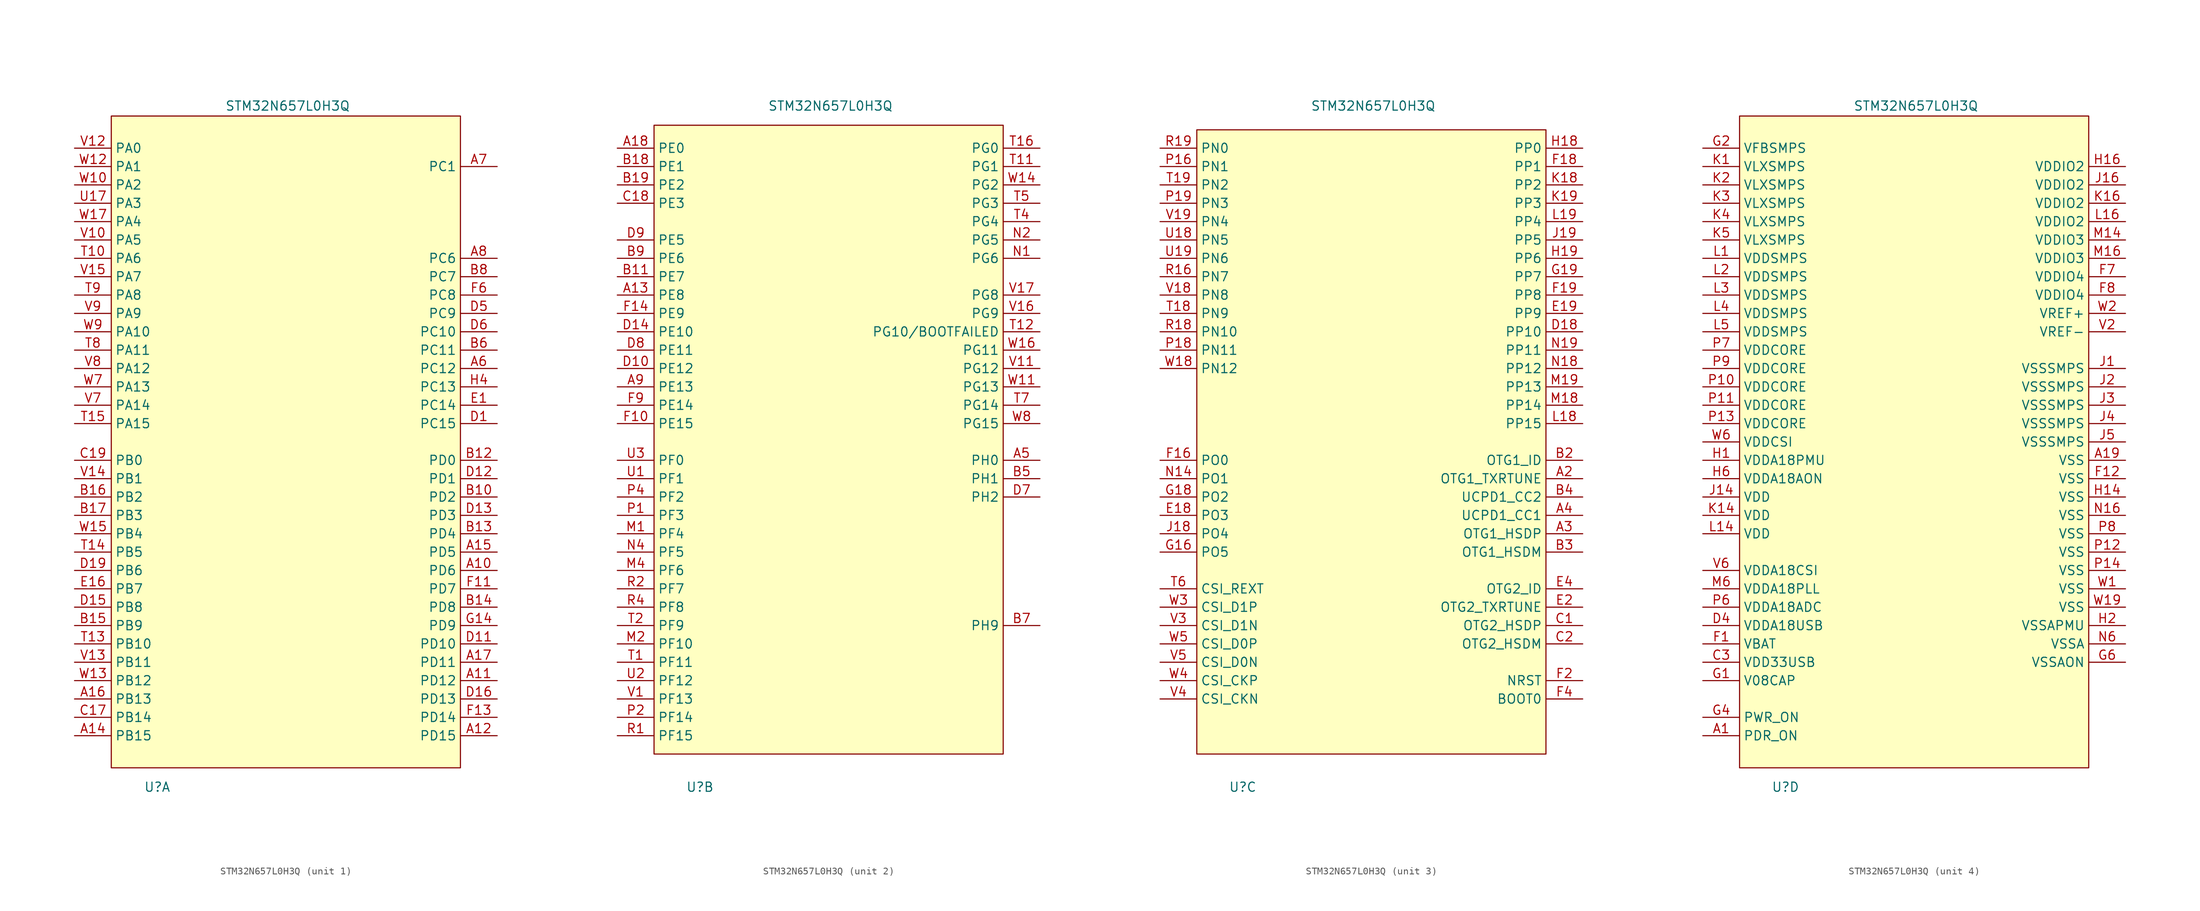
<source format=kicad_sym>
(kicad_symbol_lib
  (version 20241209)
  (generator "kicad_symbol_editor")
  (generator_version "9.0")
  (symbol "STM32N657L0H3Q"
    (property "Reference" "U"
      (at -17.78 -47.752 0)
      (effects (font (size 1.27 1.27))))
    (property "Value" "STM32N657L0H3Q"
      (at 0.254 46.482 0)
      (effects (font (size 1.27 1.27))))
    (property "ki_locked" ""
      (at 0 0 0)
      (effects (font (size 1.27 1.27))))
    (symbol "STM32N657L0H3Q_1_0"
      (pin tri_state line (at -29.21 40.64 0) (length 5.08) (name "PA0" (effects (font (size 1.27 1.27)))) (number "V12" (effects (font (size 1.27 1.27)))) (alternate "ADC1_INN1" input line) (alternate "ADC1_INP0" input line) (alternate "ADC2_INN1" input line) (alternate "ADC2_INP0" input line) (alternate "FMC_AD7" output line) (alternate "FMC_D7" bidirectional line) (alternate "HDP0" output line) (alternate "I2S6_WS" output line) (alternate "LCD_G3" output line) (alternate "SAI2_SD_B" input line) (alternate "SDMMC2_CMD" output line) (alternate "SPI6_NSS" output line) (alternate "TIM15_BKIN" input line) (alternate "TIM2_CH1" output line) (alternate "TIM5_CH1" output line) (alternate "TIM9_CH1" output line) (alternate "UART4_TX" output line) (alternate "USART2_CTS" input line) (alternate "USART2_NSS" output line) (alternate "WKUP1" input line))
      (pin tri_state line (at -29.21 38.1 0) (length 5.08) (name "PA1" (effects (font (size 1.27 1.27)))) (number "W12" (effects (font (size 1.27 1.27)))) (alternate "ADC1_INP1" input line) (alternate "ADC2_INP1" tri_state line) (alternate "DCMIPP_D0/DCMI_D0/PSSI_D0" input line) (alternate "FMC_AD6" bidirectional line) (alternate "FMC_D6" bidirectional line) (alternate "HDP1" output line) (alternate "LCD_G2" output line) (alternate "LPTIM3_IN1" input line) (alternate "SAI2_MCLK_B" output line) (alternate "TIM15_CH1N" output line) (alternate "TIM2_CH2" output line) (alternate "TIM5_CH2" output line) (alternate "UART4_RX" input line) (alternate "USART2_RTS" output line))
      (pin tri_state line (at -29.21 35.56 0) (length 5.08) (name "PA2" (effects (font (size 1.27 1.27)))) (number "W10" (effects (font (size 1.27 1.27)))) (alternate "ADC1_INP14" input line) (alternate "ADC2_INP14" input line) (alternate "FMC_AD5" output line) (alternate "FMC_D5" bidirectional line) (alternate "HDP2" output line) (alternate "LCD_B7" output line) (alternate "LPTIM3_IN2" input line) (alternate "MDIOS_MDIO" bidirectional line) (alternate "SAI2_SCK_B" output line) (alternate "TIM15_CH1" output line) (alternate "TIM2_CH3" output line) (alternate "TIM5_CH3" output line) (alternate "USART2_TX" output line) (alternate "WKUP2" input line))
      (pin tri_state line (at -29.21 33.02 0) (length 5.08) (name "PA3" (effects (font (size 1.27 1.27)))) (number "U17" (effects (font (size 1.27 1.27)))) (alternate "EVENTOUT" output line) (alternate "FMC_A17/FMC_ALE" output line) (alternate "SAI1_SD_B" bidirectional line) (alternate "SPI5_NSS" output line) (alternate "TIM16_CH1" output line) (alternate "UART7_RX" input line))
      (pin tri_state line (at -29.21 30.48 0) (length 5.08) (name "PA4" (effects (font (size 1.27 1.27)))) (number "W17" (effects (font (size 1.27 1.27)))) (alternate "DCMIPP_D3/DCMI_D3/PSSI_D3" input line) (alternate "EVENTOUT" output line) (alternate "FMC_A13" output line) (alternate "SPI5_MOSI" output line) (alternate "USART6_RX" input line))
      (pin tri_state line (at -29.21 27.94 0) (length 5.08) (name "PA5" (effects (font (size 1.27 1.27)))) (number "V10" (effects (font (size 1.27 1.27)))) (alternate "ADC2_INP18" input line) (alternate "DCMIPP_D8/DCMI_D8/PSSI_D8" input line) (alternate "FMC_NOE" output line) (alternate "HDP5" output line) (alternate "I3C1_SCL" output line) (alternate "LCD_CLK" output line) (alternate "PWR_CSTOP" output line) (alternate "SPI1_SCK/I2S1_CK" output line) (alternate "SPI6_SCK/I2S6_CK" output line) (alternate "TIM10_CH1" output line) (alternate "TIM2_CH1" output line) (alternate "TIM2_ETR" output line) (alternate "TIM9_CH2" output line))
      (pin tri_state line (at -29.21 25.4 0) (length 5.08) (name "PA6" (effects (font (size 1.27 1.27)))) (number "T10" (effects (font (size 1.27 1.27)))) (alternate "ADC1_INP3" input line) (alternate "ADC2_INP3" input line) (alternate "DCMIPP_PIXCLK/DCMI_PIXCLK/PSSI_PDCK" output line) (alternate "HDP6" output line) (alternate "I2S1_SDI" input line) (alternate "I2S6_SDI" input line) (alternate "I3C1_SDA" input line) (alternate "LCD_B7" output line) (alternate "LCD_HSYNC" output line) (alternate "LPTIM3_ETR" output line) (alternate "MDIOS_MDC" output line) (alternate "SPI1_MISO" input line) (alternate "SPI6_MISO" input line) (alternate "TIM13_CH1" output line) (alternate "TIM1_BKIN" input line) (alternate "TIM3_CH1" output line))
      (pin tri_state line (at -29.21 22.86 0) (length 5.08) (name "PA7" (effects (font (size 1.27 1.27)))) (number "V15" (effects (font (size 1.27 1.27)))) (alternate "FMC_RNB" output line) (alternate "HDP7" output line) (alternate "I2S1_SDO" output line) (alternate "I2S6_SDO" output line) (alternate "LCD_B1" output line) (alternate "LCD_R4" output line) (alternate "SPI1_MOSI" output line) (alternate "SPI6_MOSI" output line) (alternate "TIM14_CH1" output line) (alternate "TIM1_CH1N" output line) (alternate "TIM3_CH2" output line) (alternate "USART1_RX" input line))
      (pin tri_state line (at -29.21 20.32 0) (length 5.08) (name "PA8" (effects (font (size 1.27 1.27)))) (number "T9" (effects (font (size 1.27 1.27)))) (alternate "ADC1_INP5" input line) (alternate "ADC2_INP5" input line) (alternate "FMC_AD4" output line) (alternate "FMC_D4" bidirectional line) (alternate "HDP0" output line) (alternate "I2C3_SCL" output clock) (alternate "I3C2_SCL" output clock) (alternate "LCD_B6" output line) (alternate "MCO1" output line) (alternate "TIM11_CH1" output line) (alternate "TIM1_CH1" output line) (alternate "UART7_RX" input line) (alternate "USART1_CK" output clock))
      (pin tri_state line (at -29.21 17.78 0) (length 5.08) (name "PA9" (effects (font (size 1.27 1.27)))) (number "V9" (effects (font (size 1.27 1.27)))) (alternate "ADC1_INP10" input line) (alternate "ADC2_INP10" input line) (alternate "DCMIPP_D0/DCMI_D0/PSSI_D0" input line) (alternate "FMC_AD3" output line) (alternate "FMC_D3" bidirectional line) (alternate "HDP1" output line) (alternate "I2C3_SDA" bidirectional line) (alternate "I3C2_SDA" bidirectional line) (alternate "LCD_B5" output line) (alternate "LPUART1_TX" output line) (alternate "SPI2_SCK/I2S2_CK" output clock) (alternate "TIM1_CH2" output line) (alternate "USART1_TX" output line))
      (pin tri_state line (at -29.21 15.24 0) (length 5.08) (name "PA10" (effects (font (size 1.27 1.27)))) (number "W9" (effects (font (size 1.27 1.27)))) (alternate "ADC1_INN10" input line) (alternate "ADC1_INP11" input line) (alternate "ADC2_INN10" input line) (alternate "ADC2_INP11" input line) (alternate "DCMIPP_D1/DCMI_D1/PSSI_D1" input line) (alternate "FMC_AD2/FMC_D2" tri_state line) (alternate "HDP2" output line) (alternate "LCD_B4" output line) (alternate "LPUART1_RX" input line) (alternate "MDIOS_MDIO" bidirectional line) (alternate "PWR_CSLEEP" output line) (alternate "TIM1_CH3" output line) (alternate "USART1_RX" input line))
      (pin tri_state line (at -29.21 12.7 0) (length 5.08) (name "PA11" (effects (font (size 1.27 1.27)))) (number "T8" (effects (font (size 1.27 1.27)))) (alternate "ADC1_INN11" input line) (alternate "ADC1_INP12" input line) (alternate "ADC2_INN11" input line) (alternate "ADC2_INP12" input line) (alternate "FDCAN1_RX" input line) (alternate "FMC_AD1/FMC_D1" tri_state line) (alternate "HDP3" output line) (alternate "LCD_B3" output line) (alternate "LPUART1_CTS" output line) (alternate "SPI2_NSS/I2S2_WS" output line) (alternate "TIM1_CH4" output line) (alternate "UART4_RX" input line) (alternate "USART1_CTS/USART1_NSS" output line))
      (pin tri_state line (at -29.21 10.16 0) (length 5.08) (name "PA12" (effects (font (size 1.27 1.27)))) (number "V8" (effects (font (size 1.27 1.27)))) (alternate "ADC1_INN12" input line) (alternate "ADC1_INP13" input line) (alternate "ADC2_INN12" input line) (alternate "ADC2_INP13" input line) (alternate "FDCAN1_TX" output line) (alternate "FMC_AD0/FMC_D0" tri_state line) (alternate "HDP4" output line) (alternate "LCD_B2" output line) (alternate "LPUART1_RTS" output line) (alternate "SAI2_FS_B" output line) (alternate "SPI2_SCK/I2S2_CK" output clock) (alternate "TIM1_ETR" output line) (alternate "UART4_TX" output line) (alternate "USART1_RTS" output line))
      (pin tri_state line (at -29.21 7.62 0) (length 5.08) (name "PA13" (effects (font (size 1.27 1.27)))) (number "W7" (effects (font (size 1.27 1.27)))) (alternate "HDP5" output line) (alternate "JTMS/SWDIO" bidirectional line))
      (pin tri_state line (at -29.21 5.08 0) (length 5.08) (name "PA14" (effects (font (size 1.27 1.27)))) (number "V7" (effects (font (size 1.27 1.27)))) (alternate "HDP6" output line) (alternate "JTCK/SWCLK" output line))
      (pin tri_state line (at -29.21 2.54 0) (length 5.08) (name "PA15" (effects (font (size 1.27 1.27)))) (number "T15" (effects (font (size 1.27 1.27)))) (alternate "FMC_D15/FMC_AD15" bidirectional line) (alternate "HDP7" output line) (alternate "JTDI" input line) (alternate "LCD_R5" output line) (alternate "SPI1_NSS/I2S1_WS" output line) (alternate "SPI3_NSS/I2S3_WS" output line) (alternate "SPI6_NSS/I2S6_WS" output line) (alternate "TIM2_CH1" output line) (alternate "TIM2_ETR" output line) (alternate "UART4_RTS" output line) (alternate "UART7_TX" output line))
      (pin tri_state line (at -29.21 -2.54 0) (length 5.08) (name "PB0" (effects (font (size 1.27 1.27)))) (number "C19" (effects (font (size 1.27 1.27)))) (alternate "ADF1_SDI0" input line) (alternate "DCMIPP_D4/DCMI_D4/PSSI_D4" input line) (alternate "EVENTOUT" output line) (alternate "FMC_D13/FMC_AD13" bidirectional line) (alternate "MDF1_SDI2" input line) (alternate "SAI1_D2" bidirectional line) (alternate "SAI1_FS_A" output line) (alternate "SPI4_NSS" output line) (alternate "TIM15_CH1N" output line) (alternate "TIM1_CH4" output line) (alternate "TRACED1" output line))
      (pin tri_state line (at -29.21 -5.08 0) (length 5.08) (name "PB1" (effects (font (size 1.27 1.27)))) (number "V14" (effects (font (size 1.27 1.27)))) (alternate "FDCAN2_TX" output line) (alternate "FMC_NOE" output line) (alternate "HDP1" output line) (alternate "LCD_R1" output line) (alternate "RNG_S2" output line) (alternate "TIM1_CH3N" output line) (alternate "TIM3_CH4" output line) (alternate "TIM9_CH2" output line) (alternate "USART2_TX" output line))
      (pin tri_state line (at -29.21 -7.62 0) (length 5.08) (name "PB2" (effects (font (size 1.27 1.27)))) (number "B16" (effects (font (size 1.27 1.27)))) (alternate "ADF1_SDI0" input line) (alternate "FMC_D2/FMC_AD2" bidirectional line) (alternate "HDP2" output line) (alternate "LCD_B2" output line) (alternate "MDF1_SDI1" input line) (alternate "RTC_OUT2" output line) (alternate "SAI1_D1" bidirectional line) (alternate "SAI1_SD_A" bidirectional line) (alternate "SPI3_MOSI/I2S3_SDO" output line) (alternate "TIM1_CH1" output line))
      (pin tri_state line (at -29.21 -10.16 0) (length 5.08) (name "PB3" (effects (font (size 1.27 1.27)))) (number "B17" (effects (font (size 1.27 1.27)))) (alternate "FMC_A23" output line) (alternate "FMC_NBL1" output line) (alternate "GFXTIM_FCKCAL" input line) (alternate "GFXTIM_LCKCAL" output line) (alternate "HDP0" output line) (alternate "MDF1_CKI1" output clock) (alternate "SAI2_FS_B" output line) (alternate "TIM1_CH4N" output line) (alternate "TRACECLK" output clock) (alternate "USART1_CK" output clock))
      (pin tri_state line (at -29.21 -12.7 0) (length 5.08) (name "PB4" (effects (font (size 1.27 1.27)))) (number "W15" (effects (font (size 1.27 1.27)))) (alternate "DCMIPP_VSYNC/DCMI_VSYNC/PSSI_RDY" output line) (alternate "FMC_D13/FMC_AD13" bidirectional line) (alternate "HDP4" output line) (alternate "LCD_R3" output line) (alternate "LPTIM4_ETR" output line) (alternate "NJTRST" output line) (alternate "SDMMC2_D3" bidirectional line) (alternate "SPI1_MISO/I2S1_SDI" input line) (alternate "SPI2_NSS/I2S2_WS" output line) (alternate "SPI3_MISO/I2S3_SDI" input line) (alternate "SPI6_MISO/I2S6_SDI" input line) (alternate "TIM16_BKIN" output line) (alternate "TIM3_CH1" output line) (alternate "UART7_TX" output line))
      (pin tri_state line (at -29.21 -15.24 0) (length 5.08) (name "PB5" (effects (font (size 1.27 1.27)))) (number "T14" (effects (font (size 1.27 1.27)))) (alternate "DCMIPP_D10/DCMI_D10/PSSI_D10" bidirectional line) (alternate "FDCAN2_RX" input line) (alternate "FMC_D12/FMC_AD12" bidirectional line) (alternate "HDP5" output line) (alternate "I2C1_SMBA" output line) (alternate "JTDO/TRACESWO" output line) (alternate "LCD_R2" output line) (alternate "LPTIM4_OUT" output line) (alternate "SPI1_MOSI/I2S1_SDO" output line) (alternate "SPI3_MOSI/I2S3_SDO" output line) (alternate "SPI6_MOSI/I2S6_SDO" output line) (alternate "TIM17_BKIN" input line) (alternate "TIM3_CH2" output line) (alternate "UART5_RX" input line))
      (pin tri_state line (at -29.21 -17.78 0) (length 5.08) (name "PB6" (effects (font (size 1.27 1.27)))) (number "D19" (effects (font (size 1.27 1.27)))) (alternate "ADF1_CCK1" output clock) (alternate "DCMIPP_D6/DCMI_D6/PSSI_D6" input line) (alternate "EVENTOUT" output line) (alternate "FMC_D14/FMC_AD14" bidirectional line) (alternate "MDF1_CCK1" output clock) (alternate "SAI1_CK2" output clock) (alternate "SAI1_SCK_A" output clock) (alternate "SPI4_MISO" input line) (alternate "TIM15_CH1" output line) (alternate "TRACED2" output line))
      (pin tri_state line (at -29.21 -20.32 0) (length 5.08) (name "PB7" (effects (font (size 1.27 1.27)))) (number "E16" (effects (font (size 1.27 1.27)))) (alternate "ADF1_SDI0" input line) (alternate "DCMIPP_D7/DCMI_D7/PSSI_D7" input line) (alternate "EVENTOUT" output line) (alternate "FMC_D15/FMC_AD15" bidirectional line) (alternate "MDF1_SDI1" input line) (alternate "SAI1_D1" bidirectional line) (alternate "SAI1_SD_A" bidirectional line) (alternate "SAI2_MCLK_B" output clock) (alternate "SPI4_MOSI" output line) (alternate "TIM15_CH2" output line) (alternate "TIM1_BKIN2" input line) (alternate "TRACED3" output line))
      (pin tri_state line (at -29.21 -22.86 0) (length 5.08) (name "PB8" (effects (font (size 1.27 1.27)))) (number "D15" (effects (font (size 1.27 1.27)))) (alternate "DCMIPP_VSYNC/DCMI_VSYNC/PSSI_RDY" output line) (alternate "EVENTOUT" output line) (alternate "FMC_D1/FMC_AD1" bidirectional line) (alternate "SAI2_FS_B" output line) (alternate "SDMMC2_D0" bidirectional line) (alternate "SPDIFRX1_IN3" input line) (alternate "SPI1_MISO/I2S1_SDI" input line) (alternate "USART6_RX" input line))
      (pin tri_state line (at -29.21 -25.4 0) (length 5.08) (name "PB9" (effects (font (size 1.27 1.27)))) (number "B15" (effects (font (size 1.27 1.27)))) (alternate "DCMIPP_D3/DCMI_D3/PSSI_D3" input line) (alternate "EVENTOUT" output line) (alternate "FMC_D3/FMC_AD3" bidirectional line) (alternate "LPTIM1_IN2" input line) (alternate "SDMMC2_D2" bidirectional line) (alternate "SPDIFRX1_IN0" input line) (alternate "SPI1_SCK/I2S1_CK" output clock) (alternate "USART10_TX" output line))
      (pin tri_state line (at -29.21 -27.94 0) (length 5.08) (name "PB10" (effects (font (size 1.27 1.27)))) (number "T13" (effects (font (size 1.27 1.27)))) (alternate "ADC1_INN4" input line) (alternate "ADC1_INP8" input line) (alternate "ADC2_INN4" input line) (alternate "ADC2_INP8" input line) (alternate "FMC_D11/FMC_AD11" bidirectional line) (alternate "HDP2" output line) (alternate "I2C2_SCL" output clock) (alternate "I3C2_SCL" output clock) (alternate "LCD_G7" output line) (alternate "LPTIM2_IN1" input line) (alternate "SPI2_SCK/I2S2_CK" output clock) (alternate "TIM2_CH3" output line) (alternate "USART3_TX" output line))
      (pin tri_state line (at -29.21 -30.48 0) (length 5.08) (name "PB11" (effects (font (size 1.27 1.27)))) (number "V13" (effects (font (size 1.27 1.27)))) (alternate "ADC1_INP4" input line) (alternate "ADC2_INP4" input line) (alternate "FMC_D10/FMC_AD10" bidirectional line) (alternate "HDP3" output line) (alternate "I2C2_SDA" bidirectional line) (alternate "I3C2_SDA" bidirectional line) (alternate "LCD_G6" output line) (alternate "LPTIM2_ETR" output line) (alternate "TIM2_CH4" output line) (alternate "USART3_RX" input line))
      (pin tri_state line (at -29.21 -33.02 0) (length 5.08) (name "PB12" (effects (font (size 1.27 1.27)))) (number "W13" (effects (font (size 1.27 1.27)))) (alternate "FDCAN2_RX" input line) (alternate "FMC_D9/FMC_AD9" bidirectional line) (alternate "HDP4" output line) (alternate "I2C2_SMBA" bidirectional line) (alternate "LCD_G5" output line) (alternate "LPTIM2_IN2" input line) (alternate "SPI2_NSS/I2S2_WS" output line) (alternate "TIM1_BKIN" input line) (alternate "UART5_RX" input line) (alternate "USART3_CK" output clock))
      (pin tri_state line (at -29.21 -35.56 0) (length 5.08) (name "PB13" (effects (font (size 1.27 1.27)))) (number "A16" (effects (font (size 1.27 1.27)))) (alternate "EVENTOUT" output line) (alternate "FMC_D5/FMC_AD5" bidirectional line) (alternate "LCD_CLK" output clock) (alternate "LPTIM1_CH1" output line) (alternate "SDMMC2_D6" bidirectional line) (alternate "SPI6_SCK/I2S6_CK" output clock) (alternate "TIM8_CH3N" output line) (alternate "TRACED0" output line) (alternate "USART10_CTS/USART10_NSS" output line) (alternate "USART6_CTS/USART6_NSS" output line))
      (pin tri_state line (at -29.21 -38.1 0) (length 5.08) (name "PB14" (effects (font (size 1.27 1.27)))) (number "C17" (effects (font (size 1.27 1.27)))) (alternate "DCMIPP_D10/DCMI_D10/PSSI_D10" input line) (alternate "EVENTOUT" output line) (alternate "FMC_AD7" output line) (alternate "FMC_D7" bidirectional line) (alternate "LCD_HSYNC" output line) (alternate "LPTIM1_CH2" output line) (alternate "TIM8_CH4N" output line) (alternate "USART10_CK" output line) (alternate "USART6_CTS" input line) (alternate "USART6_NSS" output line))
      (pin tri_state line (at -29.21 -40.64 0) (length 5.08) (name "PB15" (effects (font (size 1.27 1.27)))) (number "A14" (effects (font (size 1.27 1.27)))) (alternate "EVENTOUT" output line) (alternate "FMC_D0/FMC_AD0" bidirectional line) (alternate "LCD_G4" output line) (alternate "SPDIFRX1_IN2" input line) (alternate "SPI6_NSS/I2S6_WS" output line) (alternate "USART6_RTS" output line))
      (pin tri_state line (at 29.21 38.1 180) (length 5.08) (name "PC1" (effects (font (size 1.27 1.27)))) (number "A7" (effects (font (size 1.27 1.27)))) (alternate "DCMIPP_D7/DCMI_D7/PSSI_D7" input line) (alternate "FDCAN1_TX" output line) (alternate "HDP1" output line) (alternate "I2C1_SDA" output line) (alternate "I3C1_SDA" bidirectional line) (alternate "SDMMC1_CDIR" output line) (alternate "SDMMC1_D5" bidirectional line) (alternate "SDMMC2_D5" bidirectional line) (alternate "SPI2_NSS/I2S2_WS" output line) (alternate "TIM17_CH1" output line) (alternate "TIM4_CH4" output line) (alternate "UART4_TX" output line))
      (pin tri_state line (at 29.21 25.4 180) (length 5.08) (name "PC6" (effects (font (size 1.27 1.27)))) (number "A8" (effects (font (size 1.27 1.27)))) (alternate "DCMIPP_D1/DCMI_D1/PSSI_D1" input line) (alternate "HDP6" output line) (alternate "I2S2_MCK" output clock) (alternate "SDMMC1_D0DIR" output line) (alternate "SDMMC1_D6" bidirectional line) (alternate "SDMMC2_D6" bidirectional line) (alternate "TIM1_CH1" output line) (alternate "TIM3_CH1" output line) (alternate "TIM9_CH1" output line) (alternate "USART6_TX" output line))
      (pin tri_state line (at 29.21 22.86 180) (length 5.08) (name "PC7" (effects (font (size 1.27 1.27)))) (number "B8" (effects (font (size 1.27 1.27)))) (alternate "DBTRGIO" output line) (alternate "DCMIPP_D1/DCMI_D1/PSSI_D1" input line) (alternate "HDP7" output line) (alternate "I2S3_MCK" output clock) (alternate "SDMMC1_D123DIR" output line) (alternate "SDMMC1_D7" bidirectional line) (alternate "SDMMC2_D7" bidirectional line) (alternate "TIM16_CH1N" output line) (alternate "TIM3_CH2" output line) (alternate "TIM9_CH2" output line) (alternate "USART6_RX" input line))
      (pin tri_state line (at 29.21 20.32 180) (length 5.08) (name "PC8" (effects (font (size 1.27 1.27)))) (number "F6" (effects (font (size 1.27 1.27)))) (alternate "DCMIPP_D2/DCMI_D2/PSSI_D2" input line) (alternate "FMC_NE4" output line) (alternate "HDP0" output line) (alternate "I2C3_SMBA" output line) (alternate "LCD_B0" output line) (alternate "SDMMC1_D0(boot)" bidirectional line) (alternate "TIM3_CH3" output line) (alternate "TRACED1" output line) (alternate "UART5_RTS" output line) (alternate "UCPD1_FRSTX1" output line) (alternate "USART6_CK" output clock))
      (pin tri_state line (at 29.21 17.78 180) (length 5.08) (name "PC9" (effects (font (size 1.27 1.27)))) (number "D5" (effects (font (size 1.27 1.27)))) (alternate "AUDIOCLK" output clock) (alternate "DCMIPP_D3/DCMI_D3/PSSI_D3" input line) (alternate "HDP1" output line) (alternate "I2C3_SDA" bidirectional line) (alternate "LCD_B3" output line) (alternate "MCO2" output line) (alternate "SDMMC1_D1" bidirectional line) (alternate "TIM3_CH4" output line) (alternate "UART5_CTS" input line) (alternate "UCPD1_FRSTX2" output line) (alternate "USART6_RX" input line))
      (pin tri_state line (at 29.21 15.24 180) (length 5.08) (name "PC10" (effects (font (size 1.27 1.27)))) (number "D6" (effects (font (size 1.27 1.27)))) (alternate "DCMIPP_D14/PSSI_D14" input line) (alternate "FMC_CLK" output clock) (alternate "HDP2" output line) (alternate "I2C4_SCL" output clock) (alternate "I2S3_CK" output clock) (alternate "I3C2_SCL" output clock) (alternate "SDMMC1_D2" bidirectional line) (alternate "SPI3_SCK" output clock) (alternate "TIM1_BKIN" input line) (alternate "UART4_TX" output line) (alternate "USART3_TX" output line))
      (pin tri_state line (at 29.21 12.7 180) (length 5.08) (name "PC11" (effects (font (size 1.27 1.27)))) (number "B6" (effects (font (size 1.27 1.27)))) (alternate "DCMIPP_D4/DCMI_D4/PSSI_D4" input line) (alternate "HDP3" output line) (alternate "I2C4_SDA" bidirectional line) (alternate "I2S3_SDI" input line) (alternate "I3C2_SDA" bidirectional line) (alternate "SDMMC1_D3" bidirectional line) (alternate "SPI3_MISO" input line) (alternate "UART4_RX" input line) (alternate "USART3_RX" input line))
      (pin tri_state line (at 29.21 10.16 180) (length 5.08) (name "PC12" (effects (font (size 1.27 1.27)))) (number "A6" (effects (font (size 1.27 1.27)))) (alternate "DCMIPP_D9/DCMI_D9/PSSI_D9" input line) (alternate "FMC_NL" output line) (alternate "HDP4" output line) (alternate "I2S3_SDO" output line) (alternate "I2S6_CK" output clock) (alternate "SDMMC1_CK(boot)" output clock) (alternate "SPI3_MOSI" output line) (alternate "SPI6_SCK" output clock) (alternate "TIM15_CH1" output line) (alternate "TIM1_CH4" output line) (alternate "TRACED3" output line) (alternate "UART5_TX" output line) (alternate "USART3_CK" output clock))
      (pin tri_state line (at 29.21 7.62 180) (length 5.08) (name "PC13" (effects (font (size 1.27 1.27)))) (number "H4" (effects (font (size 1.27 1.27)))) (alternate "HDP5" output line) (alternate "RTC_OUT1" output line) (alternate "RTC_TS" output line) (alternate "TAMP_IN1" input line) (alternate "TAMP_OUT2" output line) (alternate "WKUP3" input line))
      (pin tri_state line (at 29.21 5.08 180) (length 5.08) (name "PC14" (effects (font (size 1.27 1.27)))) (number "E1" (effects (font (size 1.27 1.27)))) (alternate "OSC32_IN" passive clock))
      (pin tri_state line (at 29.21 2.54 180) (length 5.08) (name "PC15" (effects (font (size 1.27 1.27)))) (number "D1" (effects (font (size 1.27 1.27)))) (alternate "OSC32_OUT" passive clock))
      (pin tri_state line (at 29.21 -2.54 180) (length 5.08) (name "PD0" (effects (font (size 1.27 1.27)))) (number "B12" (effects (font (size 1.27 1.27)))) (alternate "DCMIPP_HSYNC/DCMI_HSYNC/PSSI_DE" output line) (alternate "EVENTOUT" output line) (alternate "FDCAN1_RX" input line) (alternate "FMC_A22" output line) (alternate "FMC_A6" output line) (alternate "TIM1_ETR" output line) (alternate "UART4_RX" input line) (alternate "UART9_CTS" input line))
      (pin tri_state line (at 29.21 -5.08 180) (length 5.08) (name "PD1" (effects (font (size 1.27 1.27)))) (number "D12" (effects (font (size 1.27 1.27)))) (alternate "ETH1_MDC" output clock) (alternate "EVENTOUT" output line) (alternate "FDCAN1_TX" output line) (alternate "FMC_A23" output line) (alternate "FMC_A7" output line) (alternate "UART4_TX" output line))
      (pin tri_state line (at 29.21 -7.62 180) (length 5.08) (name "PD2" (effects (font (size 1.27 1.27)))) (number "B10" (effects (font (size 1.27 1.27)))) (alternate "ADF1_SDI0" input line) (alternate "FMC_A0" output line) (alternate "FMC_A16" output line) (alternate "FMC_CLE" output line) (alternate "HDP1" output line) (alternate "I2S2_SDO" output line) (alternate "MDF1_SDI1" input line) (alternate "MDIOS_MDC" output clock) (alternate "SAI1_D1" bidirectional line) (alternate "SAI1_SD_A" tri_state line) (alternate "SDMMC2_CK" output clock) (alternate "SPI2_MOSI" output line) (alternate "TIM15_CH1N" output line) (alternate "TIM1_CH3" output line) (alternate "TRACED0" output line) (alternate "WKUP4" input line))
      (pin tri_state line (at 29.21 -10.16 180) (length 5.08) (name "PD3" (effects (font (size 1.27 1.27)))) (number "D13" (effects (font (size 1.27 1.27)))) (alternate "DCMIPP_D14/PSSI_D14" input line) (alternate "ETH1_PHY_INTN" input line) (alternate "EVENTOUT" output line) (alternate "FMC_A10" output line) (alternate "I2C2_SMBA" bidirectional line) (alternate "USART10_RX" input line) (alternate "USART6_CTS" input line))
      (pin tri_state line (at 29.21 -12.7 180) (length 5.08) (name "PD4" (effects (font (size 1.27 1.27)))) (number "B13" (effects (font (size 1.27 1.27)))) (alternate "DCMIPP_D9/DCMI_D9/PSSI_D9" input line) (alternate "EVENTOUT" output line) (alternate "FMC_A11" output line) (alternate "I2C2_SDA" bidirectional line) (alternate "SPI5_MISO" input line) (alternate "TAMP_IN7" input line) (alternate "TAMP_OUT8" output line) (alternate "TIM1_BKIN2" output line) (alternate "USART6_RTS" output line))
      (pin tri_state line (at 29.21 -15.24 180) (length 5.08) (name "PD5" (effects (font (size 1.27 1.27)))) (number "A15" (effects (font (size 1.27 1.27)))) (alternate "DCMIPP_PIXCLK/DCMI_PIXCLK/PSSI_PDCK" output clock) (alternate "EVENTOUT" output line) (alternate "FMC_D6/FMC_AD6" bidirectional line) (alternate "SDMMC2_D7" bidirectional line) (alternate "TIM1_CH4N" output line) (alternate "USART2_TX" output line))
      (pin tri_state line (at 29.21 -17.78 180) (length 5.08) (name "PD6" (effects (font (size 1.27 1.27)))) (number "A10" (effects (font (size 1.27 1.27)))) (alternate "FMC_A1" output line) (alternate "FMC_A17" output line) (alternate "FMC_ALE" output line) (alternate "HDP2" output line) (alternate "I2S2_SDI" input line) (alternate "SPI2_MISO" input line) (alternate "TIM15_CH2" output line) (alternate "TIM1_CH1" output line))
      (pin tri_state line (at 29.21 -20.32 180) (length 5.08) (name "PD7" (effects (font (size 1.27 1.27)))) (number "F11" (effects (font (size 1.27 1.27)))) (alternate "2S2_SDO" output line) (alternate "DCMIPP_D0/DCMI_D0/PSSI_D0" input line) (alternate "FMC_A18" output line) (alternate "FMC_A2" output line) (alternate "HDP3" output line) (alternate "I2S3_WS" output line) (alternate "SPI2_MOSI" output line) (alternate "SPI3_NSS" output line) (alternate "TIM15_CH1N" output line) (alternate "TIM1_CH2" output line))
      (pin tri_state line (at 29.21 -22.86 180) (length 5.08) (name "PD8" (effects (font (size 1.27 1.27)))) (number "B14" (effects (font (size 1.27 1.27)))) (alternate "DCMIPP_D11/DCMI_D11/PSSI_D11" input line) (alternate "EVENTOUT" output line) (alternate "FMC_NBL0" output line) (alternate "LCD_R7" output line) (alternate "SPDIFRX1_IN1" input line) (alternate "TAMP_IN3" input line) (alternate "TAMP_OUT4" output line) (alternate "USART3_TX" output line))
      (pin tri_state line (at 29.21 -25.4 180) (length 5.08) (name "PD9" (effects (font (size 1.27 1.27)))) (number "G14" (effects (font (size 1.27 1.27)))) (alternate "DCMIPP_D11/DCMI_D11/PSSI_D11" input line) (alternate "EVENTOUT" output line) (alternate "FMC_SDCLK" output clock) (alternate "LCD_R1" output line) (alternate "TAMP_IN5" input line) (alternate "TAMP_OUT6" output line) (alternate "USART3_RX" input line))
      (pin tri_state line (at 29.21 -27.94 180) (length 5.08) (name "PD10" (effects (font (size 1.27 1.27)))) (number "D11" (effects (font (size 1.27 1.27)))) (alternate "FMC_A19" output line) (alternate "FMC_A3" output line) (alternate "GFXTIM_TE" output line) (alternate "HDP4" output line) (alternate "I2S1_MCK" output clock) (alternate "MDF1_CKI3" output clock) (alternate "SAI2_FS_B" output line) (alternate "SPDIFRX1_IN2" input line) (alternate "TIM1_ETR" output line) (alternate "TRACECLK" output clock) (alternate "UCPD1_FRSTX1" output line))
      (pin tri_state line (at 29.21 -30.48 180) (length 5.08) (name "PD11" (effects (font (size 1.27 1.27)))) (number "A17" (effects (font (size 1.27 1.27)))) (alternate "DCMIPP_D15/PSSI_D15" input line) (alternate "EVENTOUT" output line) (alternate "FMC_D8/FMC_AD8" bidirectional line) (alternate "I2C4_SDA" bidirectional line) (alternate "I2S2_SDI" input line) (alternate "SDMMC1_D0" bidirectional line) (alternate "SPI2_MISO" input line) (alternate "UCPD1_FRSTX1" output line))
      (pin tri_state line (at 29.21 -33.02 180) (length 5.08) (name "PD12" (effects (font (size 1.27 1.27)))) (number "A11" (effects (font (size 1.27 1.27)))) (alternate "DCMIPP_D12/DCMI_D12/PSSI_D12" input line) (alternate "ETH1_MDIO" bidirectional line) (alternate "FMC_A21" output line) (alternate "FMC_A5" output line) (alternate "HDP5" output line) (alternate "MDF1_SDI3" bidirectional line) (alternate "SAI1_D3" bidirectional line) (alternate "SPDIFRX1_IN3" input line) (alternate "UCPD1_FRSTX2" output line))
      (pin tri_state line (at 29.21 -35.56 180) (length 5.08) (name "PD13" (effects (font (size 1.27 1.27)))) (number "D16" (effects (font (size 1.27 1.27)))) (alternate "DCMIPP_D13/DCMI_D13/PSSI_D13" input line) (alternate "EVENTOUT" output line) (alternate "FMC_D4/FMC_AD4" bidirectional line) (alternate "LCD_R6" output line) (alternate "LPTIM1_CH1" output line) (alternate "SAI2_SCK_A" output clock) (alternate "TIM4_CH2" output line) (alternate "UART9_RTS" output line) (alternate "UCPD1_FRSTX2" output line))
      (pin tri_state line (at 29.21 -38.1 180) (length 5.08) (name "PD14" (effects (font (size 1.27 1.27)))) (number "F13" (effects (font (size 1.27 1.27)))) (alternate "EVENTOUT" output line) (alternate "FMC_A9" output line) (alternate "I2C2_SCL" output clock) (alternate "USART10_RX" input line))
      (pin tri_state line (at 29.21 -40.64 180) (length 5.08) (name "PD15" (effects (font (size 1.27 1.27)))) (number "A12" (effects (font (size 1.27 1.27)))) (alternate "EVENTOUT" output line) (alternate "FMC_A8" output line) (alternate "I2C2_SDA" bidirectional line) (alternate "LCD_R2" output line) (alternate "USART10_TX" output line)))
    (symbol "STM32N657L0H3Q_1_1"
      (rectangle (start -24.13 45.085) (end 24.13 -45.085) (stroke (width 0) (type solid)) (fill (type background))))
    (symbol "STM32N657L0H3Q_2_0"
      (pin tri_state line (at -29.21 40.64 0) (length 5.08) (name "PE0" (effects (font (size 1.27 1.27)))) (number "A18" (effects (font (size 1.27 1.27)))) (alternate "DCMIPP_D2/DCMI_D2/PSSI_D2" input line) (alternate "EVENTOUT" output line) (alternate "FMC_D9/FMC_AD9" bidirectional line) (alternate "LPTIM1_ETR" output line) (alternate "LPTIM2_ETR" output line) (alternate "SAI2_MCLK_A" output clock) (alternate "TAMP_IN6" input line) (alternate "TAMP_OUT5" output line) (alternate "TIM4_ETR" output line) (alternate "UART8_RX" input line) (alternate "USART3_RX" input line))
      (pin tri_state line (at -29.21 38.1 0) (length 5.08) (name "PE1" (effects (font (size 1.27 1.27)))) (number "B18" (effects (font (size 1.27 1.27)))) (alternate "DCMIPP_D8/DCMI_D8/PSSI_D8" input line) (alternate "EVENTOUT" output line) (alternate "FMC_D10/FMC_AD10" bidirectional line) (alternate "LPTIM1_IN2" input line) (alternate "LPTIM2_CH2" output line) (alternate "UART8_TX" output line) (alternate "USART3_TX" output line))
      (pin tri_state line (at -29.21 35.56 0) (length 5.08) (name "PE2" (effects (font (size 1.27 1.27)))) (number "B19" (effects (font (size 1.27 1.27)))) (alternate "ADF1_CCK0" output clock) (alternate "EVENTOUT" output line) (alternate "FMC_D11/FMC_AD11" bidirectional line) (alternate "LPTIM5_IN1" input line) (alternate "MDF1_CCK0" output clock) (alternate "SAI1_CK1" output clock) (alternate "SAI1_MCLK_A" output clock) (alternate "SPI4_SCK" output clock) (alternate "TIM1_CH2N" output line) (alternate "TRACECLK" output clock) (alternate "UCPD1_FRSTX1" output line))
      (pin tri_state line (at -29.21 33.02 0) (length 5.08) (name "PE3" (effects (font (size 1.27 1.27)))) (number "C18" (effects (font (size 1.27 1.27)))) (alternate "EVENTOUT" output line) (alternate "FMC_D12/FMC_AD12" bidirectional line) (alternate "LPTIM5_ETR" output line) (alternate "MDF1_CKI2" output clock) (alternate "SAI1_SD_B" bidirectional line) (alternate "TIM15_BKIN" input line) (alternate "TRACED0" input line))
      (pin tri_state line (at -29.21 27.94 0) (length 5.08) (name "PE5" (effects (font (size 1.27 1.27)))) (number "D9" (effects (font (size 1.27 1.27)))) (alternate "DCMIPP_D5/DCMI_D5/PSSI_D5" input line) (alternate "FDCAN2_TX" output line) (alternate "FMC_SDNE1" output line) (alternate "HDP6" output line) (alternate "I2C1_SCL" output clock) (alternate "I3C1_SCL" output clock) (alternate "LPUART1_TX" output line) (alternate "TIM16_CH1N" output line) (alternate "TIM4_CH1" output line) (alternate "UART5_TX" output line) (alternate "USART1_TX(boot)" output line))
      (pin tri_state line (at -29.21 25.4 0) (length 5.08) (name "PE6" (effects (font (size 1.27 1.27)))) (number "B9" (effects (font (size 1.27 1.27)))) (alternate "DCMIPP_D1/DCMI_D1/PSSI_D1" input line) (alternate "DCMIPP_VSYNC/DCMI_VSYNC/PSSI_RDY" output line) (alternate "FMC_SDCKE1" output line) (alternate "HDP7" output line) (alternate "I2C1_SDA" bidirectional line) (alternate "I3C1_SDA" bidirectional line) (alternate "LPUART1_RX" input line) (alternate "TIM17_CH1N" output line) (alternate "TIM4_CH2" output line) (alternate "UART5_TX" output line) (alternate "USART1_RX(boot)" input line))
      (pin tri_state line (at -29.21 22.86 0) (length 5.08) (name "PE7" (effects (font (size 1.27 1.27)))) (number "B11" (effects (font (size 1.27 1.27)))) (alternate "EVENTOUT" output line) (alternate "FMC_A20" output line) (alternate "FMC_A4" output line) (alternate "MDF1_CKI0" output clock) (alternate "SAI2_SD_B" bidirectional line) (alternate "TIM1_ETR" output line) (alternate "UART7_RX" input line))
      (pin tri_state line (at -29.21 20.32 0) (length 5.08) (name "PE8" (effects (font (size 1.27 1.27)))) (number "A13" (effects (font (size 1.27 1.27)))) (alternate "DCMIPP_D4/DCMI_D4/PSSI_D4" input line) (alternate "EVENTOUT" output line) (alternate "FMC_A12" output line) (alternate "MDF1_SDI0" input line) (alternate "TIM1_CH1N" output line) (alternate "UART7_TX" output line) (alternate "USART3_TX" output line))
      (pin tri_state line (at -29.21 17.78 0) (length 5.08) (name "PE9" (effects (font (size 1.27 1.27)))) (number "F14" (effects (font (size 1.27 1.27)))) (alternate "FMC_A14/FMC_BA0" output line) (alternate "MDF1_CKI4" output clock) (alternate "TIM1_CH1" output line) (alternate "UART7_RTS" output line) (alternate "VENTOUT" output line))
      (pin tri_state line (at -29.21 15.24 0) (length 5.08) (name "PE10" (effects (font (size 1.27 1.27)))) (number "D14" (effects (font (size 1.27 1.27)))) (alternate "DCMIPP_D3/DCMI_D3/PSSI_D3" input line) (alternate "EVENTOUT" output line) (alternate "FMC_A15/FMC_BA1" output line) (alternate "MDF1_SDI4" input line) (alternate "TIM1_CH2N" output line) (alternate "TRACECLK" output clock) (alternate "UART7_CTS" input line) (alternate "USART3_RX" input line))
      (pin tri_state line (at -29.21 12.7 0) (length 5.08) (name "PE11" (effects (font (size 1.27 1.27)))) (number "D8" (effects (font (size 1.27 1.27)))) (alternate "EVENTOUT" output line) (alternate "FDCAN3_TX" output line) (alternate "FMC_SDNWE" output line) (alternate "LCD_VSYNC" output line) (alternate "MDF1_CKI5" output clock) (alternate "SAI2_SD_B" bidirectional line) (alternate "SPI4_NSS" output line) (alternate "TIM1_CH2" output line))
      (pin tri_state line (at -29.21 10.16 0) (length 5.08) (name "PE12" (effects (font (size 1.27 1.27)))) (number "D10" (effects (font (size 1.27 1.27)))) (alternate "EVENTOUT" output line) (alternate "FDCAN3_RX" input line) (alternate "FMC_NRAS" output line) (alternate "MDF1_SDI5" input line) (alternate "SAI2_SCK_B" output clock) (alternate "SPI4_SCK" output clock) (alternate "TIM1_CH3N" output line))
      (pin tri_state line (at -29.21 7.62 0) (length 5.08) (name "PE13" (effects (font (size 1.27 1.27)))) (number "A9" (effects (font (size 1.27 1.27)))) (alternate "ADF1_CCK0" output clock) (alternate "EVENTOUT" output line) (alternate "FMC_NCAS" output line) (alternate "I2C4_SCL" output clock) (alternate "SAI2_FS_B" output line) (alternate "SPI4_MISO" input line) (alternate "TIM1_CH3" output line))
      (pin tri_state line (at -29.21 5.08 0) (length 5.08) (name "PE14" (effects (font (size 1.27 1.27)))) (number "F9" (effects (font (size 1.27 1.27)))) (alternate "ADF1_CCK1" output line) (alternate "EVENTOUT" output line) (alternate "FMC_NWE" output line) (alternate "FMC_SDNE0" output line) (alternate "GFXTIM_FCKCAL" output line) (alternate "GFXTIM_LCKCAL" output line) (alternate "I2C4_SDA" output line) (alternate "SAI2_MCLK_B" output clock) (alternate "SPI4_MOSI" output line) (alternate "TIM1_CH4" output line))
      (pin tri_state line (at -29.21 2.54 0) (length 5.08) (name "PE15" (effects (font (size 1.27 1.27)))) (number "F10" (effects (font (size 1.27 1.27)))) (alternate "EVENTOUT" output line) (alternate "FMC_SDCKE0" output line) (alternate "GFXTIM_FCKCAL" output line) (alternate "GFXTIM_LCKCAL" output line) (alternate "I2C4_SMBA" bidirectional line) (alternate "SDMMC1_D0" bidirectional line) (alternate "SPI5_SCK" output clock) (alternate "TIM1_BKIN" input line) (alternate "USART10_CK" output clock) (alternate "USART2_CK" output clock))
      (pin tri_state line (at -29.21 -2.54 0) (length 5.08) (name "PF0" (effects (font (size 1.27 1.27)))) (number "U3" (effects (font (size 1.27 1.27)))) (alternate "DCMIPP_D9/DCMI_D9/PSSI_D9" input line) (alternate "ETH1_MII_TX_CLK" output clock) (alternate "ETH1_RGMII_GTX_CLK" output clock) (alternate "EVENTOUT" output line) (alternate "LPTIM5_OUT" output line) (alternate "TIM4_CH4" output line) (alternate "UART8_RTS" output line) (alternate "UART9_TX" output line) (alternate "UCPD1_FRSTX2" output line))
      (pin tri_state line (at -29.21 -5.08 0) (length 5.08) (name "PF1" (effects (font (size 1.27 1.27)))) (number "U1" (effects (font (size 1.27 1.27)))) (alternate "DCMIPP_D7/DCMI_D7/PSSI_D7" input line) (alternate "ETH1_TX_ER" output line) (alternate "EVENTOUT" output line) (alternate "LPTIM1_CH2" output line) (alternate "LPTIM2_CH1" output line) (alternate "TIM4_CH3" output line) (alternate "UART8_CTS" input line) (alternate "UART9_RX" input line) (alternate "UCPD1_FRSTX1" output line))
      (pin tri_state line (at -29.21 -7.62 0) (length 5.08) (name "PF2" (effects (font (size 1.27 1.27)))) (number "P4" (effects (font (size 1.27 1.27)))) (alternate "ETH1_RGMII_CLK125" output clock) (alternate "EVENTOUT" output line) (alternate "FDCAN3_TX" output line) (alternate "FMC_NWAIT" output line) (alternate "I2S2_CK" output clock) (alternate "LCD_B1" output line) (alternate "SPI2_SCK" output clock) (alternate "TIM1_CH3N" output line) (alternate "USART2_CTS" input line) (alternate "USART2_NSS" output line))
      (pin tri_state line (at -29.21 -10.16 0) (length 5.08) (name "PF3" (effects (font (size 1.27 1.27)))) (number "P1" (effects (font (size 1.27 1.27)))) (alternate "ADC1_INP16" input line) (alternate "DCMIPP_HSYNC/DCMI_HSYNC/PSSI_DE" input line) (alternate "ETH1_PPS_OUT" output line) (alternate "EVENTOUT" output line) (alternate "FDCAN3_RX" input line) (alternate "FMC_NL" output line) (alternate "LCD_R4" output line) (alternate "USART2_RTS" output line))
      (pin tri_state line (at -29.21 -12.7 0) (length 5.08) (name "PF4" (effects (font (size 1.27 1.27)))) (number "M1" (effects (font (size 1.27 1.27)))) (alternate "ADC1_INP18" input line) (alternate "DCMIPP_HSYNC/DCMI_HSYNC/PSSI_DE" output line) (alternate "ETH1_MDIO" bidirectional line) (alternate "HDP4" output line) (alternate "I2S1_WS" output line) (alternate "I2S3_WS" output line) (alternate "I2S6_WS" output line) (alternate "LCD_R3" output line) (alternate "LPTIM3_CH2" output line) (alternate "SPI1_NSS" output line) (alternate "SPI3_NSS" output line) (alternate "SPI6_NSS" output line) (alternate "TIM5_ETR" output line) (alternate "USART2_CK" output clock))
      (pin tri_state line (at -29.21 -15.24 0) (length 5.08) (name "PF5" (effects (font (size 1.27 1.27)))) (number "N4" (effects (font (size 1.27 1.27)))) (alternate "DCMIPP_D6/DCMI_D6/PSSI_D6" input line) (alternate "ETH1_CLK" output line) (alternate "EVENTOUT" output line) (alternate "FMC_NE3" output line) (alternate "LCD_G0" output line) (alternate "LPTIM2_IN2" input line) (alternate "SAI2_SD_A" bidirectional line) (alternate "TIM1_ETR" output line) (alternate "USART3_CTS" input line) (alternate "USART3_NSS" output line))
      (pin tri_state line (at -29.21 -17.78 0) (length 5.08) (name "PF6" (effects (font (size 1.27 1.27)))) (number "M4" (effects (font (size 1.27 1.27)))) (alternate "ADC1_INP15" input line) (alternate "ADC2_INP15" input line) (alternate "ETH1_MII_COL" output line) (alternate "GFXTIM_FCKCAL" output line) (alternate "GFXTIM_LCKCAL" output line) (alternate "HDP3" output line) (alternate "I2S6_MCK" output line) (alternate "LCD_DE" output line) (alternate "LPTIM3_CH1" output line) (alternate "SPI1_RDY" output line) (alternate "SPI4_RDY" output line) (alternate "SPI5_RDY" output line) (alternate "TIM15_CH2" output line) (alternate "TIM1_CH3" output line) (alternate "TIM2_CH4" output line) (alternate "TIM5_CH4" output line) (alternate "USART2_RX(boot)" input line))
      (pin tri_state line (at -29.21 -20.32 0) (length 5.08) (name "PF7" (effects (font (size 1.27 1.27)))) (number "R2" (effects (font (size 1.27 1.27)))) (alternate "ADC1_INN5" input line) (alternate "ADC1_INP9" input line) (alternate "ADC2_INN5" input line) (alternate "ADC2_INP9" input line) (alternate "ETH1 _RGMII_RX_CLK" input clock) (alternate "ETH1_MII_RX_CLK" input clock) (alternate "ETH1_RMII_REF_CLK" input clock) (alternate "GFXTIM_TE" output line) (alternate "HDP0" output line) (alternate "I2S1_CK" output clock) (alternate "LCD_VSYNC" output line) (alternate "RNG_S1" output line) (alternate "SPI1_SCK" output clock) (alternate "TIM1_CH2N" output line) (alternate "TIM3_CH3" output line) (alternate "TIM9_CH1" output line) (alternate "UART4_CTS" input line))
      (pin tri_state line (at -29.21 -22.86 0) (length 5.08) (name "PF8" (effects (font (size 1.27 1.27)))) (number "R4" (effects (font (size 1.27 1.27)))) (alternate "ETH1_MII_RXD2" input line) (alternate "ETH1_RGMII_RXD2" input line) (alternate "EVENTOUT" output line) (alternate "FMC_NWE" output line) (alternate "LCD_R6" output line) (alternate "TRACECLK" output clock) (alternate "UART9_TX" output line))
      (pin tri_state line (at -29.21 -25.4 0) (length 5.08) (name "PF9" (effects (font (size 1.27 1.27)))) (number "T2" (effects (font (size 1.27 1.27)))) (alternate "ETH1_MII_RXD3" input line) (alternate "ETH1_RGMII_RXD3" input line) (alternate "EVENTOUT" output line) (alternate "LCD_HSYNC" output line) (alternate "TRACED0" output line))
      (pin tri_state line (at -29.21 -27.94 0) (length 5.08) (name "PF10" (effects (font (size 1.27 1.27)))) (number "M2" (effects (font (size 1.27 1.27)))) (alternate "DCMIPP_D11/DCMI_D11/PSSI_D11" input line) (alternate "DCMIPP_D15/PSSI_D15" input line) (alternate "ETH1_MII_RX_DV" input line) (alternate "ETH1_R GMII_RX_CTL" input line) (alternate "ETH1_RMII_CRS_DV" input line) (alternate "EVENTOUT" output line) (alternate "LCD_R1" output line) (alternate "MDF1_SDI3" input line) (alternate "SAI1_D3" bidirectional line) (alternate "TIM16_BKIN" input line) (alternate "UART7_RX" input line) (alternate "UCPD1_FRSTX1" output line))
      (pin tri_state line (at -29.21 -30.48 0) (length 5.08) (name "PF11" (effects (font (size 1.27 1.27)))) (number "T1" (effects (font (size 1.27 1.27)))) (alternate "ADC1_INP2" input line) (alternate "DCMIPP_D15/PSSI_D15" input line) (alternate "ETH1_MII_TX_EN" output line) (alternate "ETH1_RG MII_TX_CTL" output line) (alternate "ETH1_RMII_TX_EN" output line) (alternate "EVENTOUT" output line) (alternate "LCD_B0" output line) (alternate "SAI2_SD_B" bidirectional line) (alternate "SPI5_MOSI" output line))
      (pin tri_state line (at -29.21 -33.02 0) (length 5.08) (name "PF12" (effects (font (size 1.27 1.27)))) (number "U2" (effects (font (size 1.27 1.27)))) (alternate "ADC1_INN2" input line) (alternate "ADC1_INP6" input line) (alternate "DCMIPP_D13/DCMI_D13/PSSI_D13" input line) (alternate "ETH1_MII_TXD0" output line) (alternate "ETH1_RGMII ADC1_INN2 _TXD0" output line) (alternate "ETH1_RMII_TXD0" output line) (alternate "EVENTOUT" output line) (alternate "SPI5_MISO" input line) (alternate "USART1_RX" input line))
      (pin tri_state line (at -29.21 -35.56 0) (length 5.08) (name "PF13" (effects (font (size 1.27 1.27)))) (number "V1" (effects (font (size 1.27 1.27)))) (alternate "ADC2_INP2" input line) (alternate "DCMIPP_D10/DCMI_D10/PSSI_D10" input line) (alternate "ETH1_MII_TXD1" output line) (alternate "ETH1_RGMII _TXD1" output line) (alternate "ETH1_RMII_TXD1" output line) (alternate "EVENTOUT" output line) (alternate "SPI5_NSS" output line) (alternate "USART1_TX" output line))
      (pin tri_state line (at -29.21 -38.1 0) (length 5.08) (name "PF14" (effects (font (size 1.27 1.27)))) (number "P2" (effects (font (size 1.27 1.27)))) (alternate "ADC2_INN2" input line) (alternate "ADC2_INP6" input line) (alternate "ETH1_MII_RXD0" input line) (alternate "ETH1_RGMII ADC2_INN2 _RXD0" input line) (alternate "ETH1_RMII_RXD0" input line) (alternate "EVENTOUT" output line) (alternate "LCD_G0" output line) (alternate "SPI5_MOSI" output line) (alternate "TIM2_CH2" output line) (alternate "USART1_CTS" input line))
      (pin tri_state line (at -29.21 -40.64 0) (length 5.08) (name "PF15" (effects (font (size 1.27 1.27)))) (number "R1" (effects (font (size 1.27 1.27)))) (alternate "ETH1_MII_RXD1" input line) (alternate "ETH1_RGMII _RXD1" input line) (alternate "ETH1_RMII_RXD1" input line) (alternate "EVENTOUT" output line) (alternate "LCD_G1" output line) (alternate "SPI5_SCK" output clock) (alternate "USART1_RTS" output line))
      (pin tri_state line (at 29.21 40.64 180) (length 5.08) (name "PG0" (effects (font (size 1.27 1.27)))) (number "T16" (effects (font (size 1.27 1.27)))) (alternate "ETH1_PHY_INTN" input line) (alternate "EVENTOUT" output line) (alternate "LCD_R0" output line) (alternate "LCD_VSYNC" output line) (alternate "TIM12_CH1" output line) (alternate "TIM1_CH4N" output line) (alternate "UART9_RX" input line))
      (pin tri_state line (at 29.21 38.1 180) (length 5.08) (name "PG1" (effects (font (size 1.27 1.27)))) (number "T11" (effects (font (size 1.27 1.27)))) (alternate "DCMIPP_PIXCLK/DCMI_PIXCLK/PSSI_PDCK" input line) (alternate "EVENTOUT" output line) (alternate "FMC_A19" output line) (alternate "LCD_G1" output line) (alternate "SAI1_SCK_B" output clock) (alternate "SPI5_MISO" input line) (alternate "TIM13_CH1" output line) (alternate "TIM16_CH1N" output line) (alternate "UART7_RTS" output line))
      (pin tri_state line (at 29.21 35.56 180) (length 5.08) (name "PG2" (effects (font (size 1.27 1.27)))) (number "W14" (effects (font (size 1.27 1.27)))) (alternate "DCMIPP_D6/DCMI_D6/PSSI_D6" input line) (alternate "EVENTOUT" output line) (alternate "FMC_A21" output line) (alternate "LCD_R0" output line) (alternate "SAI1_FS_B" output line) (alternate "SAI2_MCLK_B" output clock) (alternate "SPI5_MOSI" output line) (alternate "TIM14_CH1" output line) (alternate "TIM17_CH1N" output line) (alternate "UART7_CTS" input line) (alternate "USART3_RTS" output line))
      (pin tri_state line (at 29.21 33.02 180) (length 5.08) (name "PG3" (effects (font (size 1.27 1.27)))) (number "T5" (effects (font (size 1.27 1.27)))) (alternate "DCMIPP_HSYNC/DCMI_HSYNC/PSSI_DE" output line) (alternate "ETH1_MII_TXD2" output line) (alternate "ETH1_RGMII_TXD2" output line) (alternate "EVENTOUT" output line) (alternate "TRACED1" input line) (alternate "USART2_TX" output line))
      (pin tri_state line (at 29.21 30.48 180) (length 5.08) (name "PG4" (effects (font (size 1.27 1.27)))) (number "T4" (effects (font (size 1.27 1.27)))) (alternate "ETH1_MII_TXD3" output line) (alternate "ETH1_RGMII_TXD3" output line) (alternate "EVENTOUT" output line) (alternate "LCD_B0" output line) (alternate "TIM1_BKIN2" input line))
      (pin tri_state line (at 29.21 27.94 180) (length 5.08) (name "PG5" (effects (font (size 1.27 1.27)))) (number "N2" (effects (font (size 1.27 1.27)))) (alternate "ETH1_MII_RX_ER" output line) (alternate "EVENTOUT" output line) (alternate "LCD_B1" output line) (alternate "TIM1_ETR" output line) (alternate "USART2_CTS" input line) (alternate "USART2_NSS" output line))
      (pin tri_state line (at 29.21 25.4 180) (length 5.08) (name "PG6" (effects (font (size 1.27 1.27)))) (number "N1" (effects (font (size 1.27 1.27)))) (alternate "DCMIPP_D12/DCMI_D12/PSSI_D12" input line) (alternate "ETH1_MII_CRS" output line) (alternate "EVENTOUT" output line) (alternate "LCD_B3" output line) (alternate "TIM17_BKIN" input line) (alternate "USART6_CK" output clock))
      (pin tri_state line (at 29.21 20.32 180) (length 5.08) (name "PG8" (effects (font (size 1.27 1.27)))) (number "V17" (effects (font (size 1.27 1.27)))) (alternate "FMC_A20" output line) (alternate "HDP7" output line) (alternate "I2S2_SDO" output line) (alternate "LCD_G7" output line) (alternate "PVD_IN" input line) (alternate "RTC_REFIN" input clock) (alternate "SAI1_SCK_B" output clock) (alternate "SDMMC2_D1" bidirectional line) (alternate "SPI2_MOSI" output line) (alternate "TIM12_CH2" output line) (alternate "TIM1_CH3N" output line) (alternate "UART4_CTS" input line) (alternate "USART1_RX" input line))
      (pin tri_state line (at 29.21 17.78 180) (length 5.08) (name "PG9" (effects (font (size 1.27 1.27)))) (number "V16" (effects (font (size 1.27 1.27)))) (alternate "EVENTOUT" output line) (alternate "FMC_D8/FMC_AD8" bidirectional line) (alternate "LCD_R7" output line))
      (pin tri_state line (at 29.21 15.24 180) (length 5.08) (name "PG10/BOOTFAILED" (effects (font (size 1.27 1.27)))) (number "T12" (effects (font (size 1.27 1.27)))) (alternate "DCMIPP_D2/DCMI_D2/PSSI_D2" input line) (alternate "FDCAN2_TX" output line) (alternate "FMC_A16" output line) (alternate "FMC_CLE" output line) (alternate "HDP5" output line) (alternate "I2S2_CK" output clock) (alternate "LCD_G4" output line) (alternate "LPTIM2_CH1" output line) (alternate "SPI2_SCK" output clock) (alternate "TIM1_CH1N" output line) (alternate "UART5_TX" output line) (alternate "USART3_CTS" input line) (alternate "USART3_NSS" input line))
      (pin tri_state line (at 29.21 12.7 180) (length 5.08) (name "PG11" (effects (font (size 1.27 1.27)))) (number "W16" (effects (font (size 1.27 1.27)))) (alternate "ETH1_MDC" output clock) (alternate "EVENTOUT" output line) (alternate "LCD_R6" output line) (alternate "UART7_RX" input line))
      (pin tri_state line (at 29.21 10.16 180) (length 5.08) (name "PG12" (effects (font (size 1.27 1.27)))) (number "V11" (effects (font (size 1.27 1.27)))) (alternate "EVENTOUT" output line) (alternate "FMC_A18" output line) (alternate "LCD_G0" output line) (alternate "SAI1_MCLK_B" output clock) (alternate "SPI5_SCK" output clock) (alternate "TIM17_CH1" output line) (alternate "UART7_TX" output line))
      (pin tri_state line (at 29.21 7.62 180) (length 5.08) (name "PG13" (effects (font (size 1.27 1.27)))) (number "W11" (effects (font (size 1.27 1.27)))) (alternate "DCMIPP_D12/DCMI_D12/PSSI_D12" input line) (alternate "EVENTOUT" output line) (alternate "FMC_NE1" output line) (alternate "LCD_DE" output line) (alternate "LPTIM1_IN1" input line) (alternate "LPTIM2_IN1" input line) (alternate "SAI2_FS_A" output line) (alternate "TIM4_CH1" output line) (alternate "USART3_RTS" output line))
      (pin tri_state line (at 29.21 5.08 180) (length 5.08) (name "PG14" (effects (font (size 1.27 1.27)))) (number "T7" (effects (font (size 1.27 1.27)))) (alternate "DCMIPP_D11/DCMI_D11/PSSI_D11" input line) (alternate "EVENTOUT" output line) (alternate "FMC_NCE" output line) (alternate "FMC_NE2" output line) (alternate "I2S6_SDO" output line) (alternate "LCD_B1" output line) (alternate "LPTIM1_ETR" output line) (alternate "SPI6_MOSI" output line) (alternate "TIM8_CH4" output line) (alternate "TRACED1" input line) (alternate "USART10_RTS" output line) (alternate "USART2_RTS" output line) (alternate "USART6_TX" output line))
      (pin tri_state line (at 29.21 2.54 180) (length 5.08) (name "PG15" (effects (font (size 1.27 1.27)))) (number "W8" (effects (font (size 1.27 1.27)))) (alternate "ADC1_INN3" input line) (alternate "ADC1_INP7" input line) (alternate "ADC2_INN3" input line) (alternate "ADC2_INP7" input line) (alternate "DCMIPP_D4/DCMI_D4/PSSI_D4" input line) (alternate "ETH1_MII_RX_CLK" input clock) (alternate "ETH1_RMII_REF_CLK" input clock) (alternate "EVENTOUT" output line) (alternate "FMC_CLK" output clock) (alternate "LCD_B0" output line) (alternate "SPI1_RDY" output line) (alternate "SPI4_RDY" output line) (alternate "SPI5_RDY" output line) (alternate "TIM1_CH4" output line) (alternate "USART3_CK" output clock))
      (pin tri_state line (at 29.21 -2.54 180) (length 5.08) (name "PH0" (effects (font (size 1.27 1.27)))) (number "A5" (effects (font (size 1.27 1.27)))) (alternate "EVENTOUT" output line) (alternate "OSC_IN" passive clock))
      (pin tri_state line (at 29.21 -5.08 180) (length 5.08) (name "PH1" (effects (font (size 1.27 1.27)))) (number "B5" (effects (font (size 1.27 1.27)))) (alternate "EVENTOUT" output line) (alternate "OSC_OUT" passive clock))
      (pin tri_state line (at 29.21 -7.62 180) (length 5.08) (name "PH2" (effects (font (size 1.27 1.27)))) (number "D7" (effects (font (size 1.27 1.27)))) (alternate "DCMIPP_D11/DCMI_D11/PSSI_D11" input line) (alternate "EVENTOUT" output line) (alternate "FDCAN1_TX" output line) (alternate "FMC_NE3" output line) (alternate "SDMMC1_CMD(boot)" output line) (alternate "TIM15_BKIN" input line) (alternate "TIM1_ETR" input line) (alternate "TIM3_ETR" input line) (alternate "TRACED2" input line) (alternate "UART5_RX" input line))
      (pin tri_state line (at 29.21 -25.4 180) (length 5.08) (name "PH9" (effects (font (size 1.27 1.27)))) (number "B7" (effects (font (size 1.27 1.27)))) (alternate "DCMIPP_D6/DCMI_D6/PSSI_D6" input line) (alternate "FDCAN1_RX" input line) (alternate "FMC_D9/FMC_AD9" bidirectional line) (alternate "HDP0" output line) (alternate "I2C1_SCL" output clock) (alternate "I3C1_SCL" output clock) (alternate "SDMMC1_CKIN" input clock) (alternate "SDMMC1_D4" bidirectional line) (alternate "SDMMC2_D4" bidirectional line) (alternate "TIM16_CH1" output line) (alternate "TIM4_CH3" output line) (alternate "UART4_RX" input line) (alternate "USART3_CK" output clock)))
    (symbol "STM32N657L0H3Q_2_1"
      (rectangle (start -24.13 43.815) (end 24.13 -43.18) (stroke (width 0) (type solid)) (fill (type background))))
    (symbol "STM32N657L0H3Q_3_0"
      (pin tri_state line (at -29.21 40.64 0) (length 5.08) (name "PN0" (effects (font (size 1.27 1.27)))) (number "R19" (effects (font (size 1.27 1.27)))) (alternate "EVENTOUT" output line) (alternate "FMC_A25" output line) (alternate "XSPIM_P2_DQS0(boot)" output line))
      (pin tri_state line (at -29.21 38.1 0) (length 5.08) (name "PN1" (effects (font (size 1.27 1.27)))) (number "P16" (effects (font (size 1.27 1.27)))) (alternate "EVENTOUT" output line) (alternate "FMC_A24" output line) (alternate "XSPIM_P2_NCS1(boot)" output line))
      (pin tri_state line (at -29.21 35.56 0) (length 5.08) (name "PN2" (effects (font (size 1.27 1.27)))) (number "T19" (effects (font (size 1.27 1.27)))) (alternate "EVENTOUT" output line) (alternate "FMC_A23" output line) (alternate "XSPIM_P2_IO0(boot)" bidirectional line))
      (pin tri_state line (at -29.21 33.02 0) (length 5.08) (name "PN3" (effects (font (size 1.27 1.27)))) (number "P19" (effects (font (size 1.27 1.27)))) (alternate "EVENTOUT" output line) (alternate "FMC_A22" output line) (alternate "XSPIM_P2_IO1(boot)" bidirectional line))
      (pin tri_state line (at -29.21 30.48 0) (length 5.08) (name "PN4" (effects (font (size 1.27 1.27)))) (number "V19" (effects (font (size 1.27 1.27)))) (alternate "EVENTOUT" output line) (alternate "XSPIM_P2_IO2(boot)" bidirectional line))
      (pin tri_state line (at -29.21 27.94 0) (length 5.08) (name "PN5" (effects (font (size 1.27 1.27)))) (number "U18" (effects (font (size 1.27 1.27)))) (alternate "EVENTOUT" output line) (alternate "XSPIM_P2_IO3(boot)" bidirectional line))
      (pin tri_state line (at -29.21 25.4 0) (length 5.08) (name "PN6" (effects (font (size 1.27 1.27)))) (number "U19" (effects (font (size 1.27 1.27)))) (alternate "EVENTOUT" output line) (alternate "XSPIM_P2_CLK(boot)" output clock))
      (pin tri_state line (at -29.21 22.86 0) (length 5.08) (name "PN7" (effects (font (size 1.27 1.27)))) (number "R16" (effects (font (size 1.27 1.27)))) (alternate "EVENTOUT" output line) (alternate "XSPIM_P2_NCLK(boot)" output inverted_clock))
      (pin tri_state line (at -29.21 20.32 0) (length 5.08) (name "PN8" (effects (font (size 1.27 1.27)))) (number "V18" (effects (font (size 1.27 1.27)))) (alternate "EVENTOUT" output line) (alternate "XSPIM_P2_IO4(boot)" bidirectional line))
      (pin tri_state line (at -29.21 17.78 0) (length 5.08) (name "PN9" (effects (font (size 1.27 1.27)))) (number "T18" (effects (font (size 1.27 1.27)))) (alternate "DCMIPP_D5/DCMI_D5/PSSI_D5" input line) (alternate "EVENTOUT" output line) (alternate "XSPIM_P2_IO5(boot)" bidirectional line))
      (pin tri_state line (at -29.21 15.24 0) (length 5.08) (name "PN10" (effects (font (size 1.27 1.27)))) (number "R18" (effects (font (size 1.27 1.27)))) (alternate "EVENTOUT" output line) (alternate "LCD_B4" output line) (alternate "XSPIM_P2_IO6(boot)" bidirectional line))
      (pin tri_state line (at -29.21 12.7 0) (length 5.08) (name "PN11" (effects (font (size 1.27 1.27)))) (number "P18" (effects (font (size 1.27 1.27)))) (alternate "EVENTOUT" output line) (alternate "LCD_B6" output line) (alternate "XSPIM_P2_IO7(boot)" bidirectional line))
      (pin tri_state line (at -29.21 10.16 0) (length 5.08) (name "PN12" (effects (font (size 1.27 1.27)))) (number "W18" (effects (font (size 1.27 1.27)))) (alternate "EVENTOUT" output line) (alternate "XSPIM_P2_NCS2" output line))
      (pin tri_state line (at -29.21 -2.54 0) (length 5.08) (name "PO0" (effects (font (size 1.27 1.27)))) (number "F16" (effects (font (size 1.27 1.27)))) (alternate "EVENTOUT" output line) (alternate "FMC_A22" output line) (alternate "XSPIM_P1_NCS1" output line))
      (pin tri_state line (at -29.21 -5.08 0) (length 5.08) (name "PO1" (effects (font (size 1.27 1.27)))) (number "N14" (effects (font (size 1.27 1.27)))) (alternate "EVENTOUT" output line) (alternate "FMC_A23" output line) (alternate "XSPIM_P1_NCS2" output line))
      (pin tri_state line (at -29.21 -7.62 0) (length 5.08) (name "PO2" (effects (font (size 1.27 1.27)))) (number "G18" (effects (font (size 1.27 1.27)))) (alternate "EVENTOUT" output line) (alternate "FMC_A24" output line) (alternate "LCD_B7" output line) (alternate "XSPIM_P1_DQS0" output line))
      (pin tri_state line (at -29.21 -10.16 0) (length 5.08) (name "PO3" (effects (font (size 1.27 1.27)))) (number "E18" (effects (font (size 1.27 1.27)))) (alternate "EVENTOUT" output line) (alternate "FMC_A25" output line) (alternate "LCD_G3" output line) (alternate "XSPIM_P1_DQS1" output line))
      (pin tri_state line (at -29.21 -12.7 0) (length 5.08) (name "PO4" (effects (font (size 1.27 1.27)))) (number "J18" (effects (font (size 1.27 1.27)))) (alternate "EVENTOUT" output line) (alternate "FMC_A24" output line) (alternate "FMC_NBL2" output line) (alternate "LCD_B4" output line) (alternate "XSPIM_P1_CLK" output line))
      (pin tri_state line (at -29.21 -15.24 0) (length 5.08) (name "PO5" (effects (font (size 1.27 1.27)))) (number "G16" (effects (font (size 1.27 1.27)))) (alternate "EVENTOUT" output line) (alternate "FMC_A25" output line) (alternate "FMC_NBL3" output line) (alternate "XSPIM_P1_NCLK" output inverted_clock))
      (pin input line (at -29.21 -20.32 0) (length 5.08) (name "CSI_REXT" (effects (font (size 1.27 1.27)))) (number "T6" (effects (font (size 1.27 1.27)))))
      (pin input line (at -29.21 -22.86 0) (length 5.08) (name "CSI_D1P" (effects (font (size 1.27 1.27)))) (number "W3" (effects (font (size 1.27 1.27)))))
      (pin input line (at -29.21 -25.4 0) (length 5.08) (name "CSI_D1N" (effects (font (size 1.27 1.27)))) (number "V3" (effects (font (size 1.27 1.27)))))
      (pin input line (at -29.21 -27.94 0) (length 5.08) (name "CSI_D0P" (effects (font (size 1.27 1.27)))) (number "W5" (effects (font (size 1.27 1.27)))))
      (pin input line (at -29.21 -30.48 0) (length 5.08) (name "CSI_D0N" (effects (font (size 1.27 1.27)))) (number "V5" (effects (font (size 1.27 1.27)))))
      (pin output line (at -29.21 -33.02 0) (length 5.08) (name "CSI_CKP" (effects (font (size 1.27 1.27)))) (number "W4" (effects (font (size 1.27 1.27)))))
      (pin output line (at -29.21 -35.56 0) (length 5.08) (name "CSI_CKN" (effects (font (size 1.27 1.27)))) (number "V4" (effects (font (size 1.27 1.27)))))
      (pin tri_state line (at 29.21 40.64 180) (length 5.08) (name "PP0" (effects (font (size 1.27 1.27)))) (number "H18" (effects (font (size 1.27 1.27)))) (alternate "EVENTOUT" output line) (alternate "FMC_D16" bidirectional line) (alternate "XSPIM_P1_IO0" bidirectional line))
      (pin tri_state line (at 29.21 38.1 180) (length 5.08) (name "PP1" (effects (font (size 1.27 1.27)))) (number "F18" (effects (font (size 1.27 1.27)))) (alternate "EVENTOUT" output line) (alternate "FMC_D17" bidirectional line) (alternate "XSPIM_P1_IO1" bidirectional line))
      (pin tri_state line (at 29.21 35.56 180) (length 5.08) (name "PP2" (effects (font (size 1.27 1.27)))) (number "K18" (effects (font (size 1.27 1.27)))) (alternate "EVENTOUT" output line) (alternate "FMC_D18" bidirectional line) (alternate "XSPIM_P1_IO2" bidirectional line))
      (pin tri_state line (at 29.21 33.02 180) (length 5.08) (name "PP3" (effects (font (size 1.27 1.27)))) (number "K19" (effects (font (size 1.27 1.27)))) (alternate "EVENTOUT" output line) (alternate "FMC_D19" bidirectional line) (alternate "XSPIM_P1_IO3" bidirectional line))
      (pin tri_state line (at 29.21 30.48 180) (length 5.08) (name "PP4" (effects (font (size 1.27 1.27)))) (number "L19" (effects (font (size 1.27 1.27)))) (alternate "EVENTOUT" output line) (alternate "FMC_D20" bidirectional line) (alternate "XSPIM_P1_IO4" bidirectional line))
      (pin tri_state line (at 29.21 27.94 180) (length 5.08) (name "PP5" (effects (font (size 1.27 1.27)))) (number "J19" (effects (font (size 1.27 1.27)))) (alternate "EVENTOUT" output line) (alternate "FMC_D21" bidirectional line) (alternate "XSPIM_P1_IO5" bidirectional line))
      (pin tri_state line (at 29.21 25.4 180) (length 5.08) (name "PP6" (effects (font (size 1.27 1.27)))) (number "H19" (effects (font (size 1.27 1.27)))) (alternate "EVENTOUT" output line) (alternate "FMC_D22" bidirectional line) (alternate "XSPIM_P1_IO6" bidirectional line))
      (pin tri_state line (at 29.21 22.86 180) (length 5.08) (name "PP7" (effects (font (size 1.27 1.27)))) (number "G19" (effects (font (size 1.27 1.27)))) (alternate "EVENTOUT" output line) (alternate "FMC_D23" bidirectional line) (alternate "XSPIM_P1_IO7" bidirectional line))
      (pin tri_state line (at 29.21 20.32 180) (length 5.08) (name "PP8" (effects (font (size 1.27 1.27)))) (number "F19" (effects (font (size 1.27 1.27)))) (alternate "EVENTOUT" output line) (alternate "FMC_D24" bidirectional line) (alternate "SPI2_MISO" input line) (alternate "XSPIM_P1_IO8" bidirectional line))
      (pin tri_state line (at 29.21 17.78 180) (length 5.08) (name "PP9" (effects (font (size 1.27 1.27)))) (number "E19" (effects (font (size 1.27 1.27)))) (alternate "EVENTOUT" output line) (alternate "FMC_D25" bidirectional line) (alternate "SPI2_MOSI" output line) (alternate "XSPIM_P1_IO9" bidirectional line))
      (pin tri_state line (at 29.21 15.24 180) (length 5.08) (name "PP10" (effects (font (size 1.27 1.27)))) (number "D18" (effects (font (size 1.27 1.27)))) (alternate "ETH1_MDC" output clock) (alternate "EVENTOUT" output line) (alternate "FMC_D26" bidirectional line) (alternate "XSPIM_P1_IO10" bidirectional line))
      (pin tri_state line (at 29.21 12.7 180) (length 5.08) (name "PP11" (effects (font (size 1.27 1.27)))) (number "N19" (effects (font (size 1.27 1.27)))) (alternate "EVENTOUT" output line) (alternate "FMC_D27" bidirectional line) (alternate "XSPIM_P1_IO11" bidirectional line))
      (pin tri_state line (at 29.21 10.16 180) (length 5.08) (name "PP12" (effects (font (size 1.27 1.27)))) (number "N18" (effects (font (size 1.27 1.27)))) (alternate "EVENTOUT" output line) (alternate "FMC_D28" bidirectional line) (alternate "XSPIM_P1_IO12" bidirectional line))
      (pin tri_state line (at 29.21 7.62 180) (length 5.08) (name "PP13" (effects (font (size 1.27 1.27)))) (number "M19" (effects (font (size 1.27 1.27)))) (alternate "EVENTOUT" output line) (alternate "FMC_D29" bidirectional line) (alternate "XSPIM_P1_IO13" bidirectional line))
      (pin tri_state line (at 29.21 5.08 180) (length 5.08) (name "PP14" (effects (font (size 1.27 1.27)))) (number "M18" (effects (font (size 1.27 1.27)))) (alternate "EVENTOUT" output line) (alternate "FMC_D30" bidirectional line) (alternate "XSPIM_P1_IO14" bidirectional line))
      (pin tri_state line (at 29.21 2.54 180) (length 5.08) (name "PP15" (effects (font (size 1.27 1.27)))) (number "L18" (effects (font (size 1.27 1.27)))) (alternate "EVENTOUT" output line) (alternate "FMC_D31" bidirectional line) (alternate "LCD_B5" output line) (alternate "XSPIM_P1_IO15" bidirectional line))
      (pin input line (at 29.21 -2.54 180) (length 5.08) (name "OTG1_ID" (effects (font (size 1.27 1.27)))) (number "B2" (effects (font (size 1.27 1.27)))))
      (pin input line (at 29.21 -5.08 180) (length 5.08) (name "OTG1_TXRTUNE" (effects (font (size 1.27 1.27)))) (number "A2" (effects (font (size 1.27 1.27)))))
      (pin output line (at 29.21 -7.62 180) (length 5.08) (name "UCPD1_CC2" (effects (font (size 1.27 1.27)))) (number "B4" (effects (font (size 1.27 1.27)))))
      (pin output line (at 29.21 -10.16 180) (length 5.08) (name "UCPD1_CC1" (effects (font (size 1.27 1.27)))) (number "A4" (effects (font (size 1.27 1.27)))))
      (pin bidirectional line (at 29.21 -12.7 180) (length 5.08) (name "OTG1_HSDP" (effects (font (size 1.27 1.27)))) (number "A3" (effects (font (size 1.27 1.27)))))
      (pin bidirectional line (at 29.21 -15.24 180) (length 5.08) (name "OTG1_HSDM" (effects (font (size 1.27 1.27)))) (number "B3" (effects (font (size 1.27 1.27)))))
      (pin input line (at 29.21 -20.32 180) (length 5.08) (name "OTG2_ID" (effects (font (size 1.27 1.27)))) (number "E4" (effects (font (size 1.27 1.27)))))
      (pin input line (at 29.21 -22.86 180) (length 5.08) (name "OTG2_TXRTUNE" (effects (font (size 1.27 1.27)))) (number "E2" (effects (font (size 1.27 1.27)))))
      (pin bidirectional line (at 29.21 -25.4 180) (length 5.08) (name "OTG2_HSDP" (effects (font (size 1.27 1.27)))) (number "C1" (effects (font (size 1.27 1.27)))))
      (pin bidirectional line (at 29.21 -27.94 180) (length 5.08) (name "OTG2_HSDM" (effects (font (size 1.27 1.27)))) (number "C2" (effects (font (size 1.27 1.27)))))
      (pin input line (at 29.21 -33.02 180) (length 5.08) (name "NRST" (effects (font (size 1.27 1.27)))) (number "F2" (effects (font (size 1.27 1.27)))))
      (pin input line (at 29.21 -35.56 180) (length 5.08) (name "BOOT0" (effects (font (size 1.27 1.27)))) (number "F4" (effects (font (size 1.27 1.27))))))
    (symbol "STM32N657L0H3Q_3_1"
      (rectangle (start -24.13 43.18) (end 24.13 -43.18) (stroke (width 0) (type solid)) (fill (type background))))
    (symbol "STM32N657L0H3Q_4_0"
      (pin input line (at -29.21 40.64 0) (length 5.08) (name "VFBSMPS" (effects (font (size 1.27 1.27)))) (number "G2" (effects (font (size 1.27 1.27)))))
      (pin power_out line (at -29.21 38.1 0) (length 5.08) (name "VLXSMPS" (effects (font (size 1.27 1.27)))) (number "K1" (effects (font (size 1.27 1.27)))))
      (pin passive line (at -29.21 35.56 0) (length 5.08) (name "VLXSMPS" (effects (font (size 1.27 1.27)))) (number "K2" (effects (font (size 1.27 1.27)))))
      (pin passive line (at -29.21 33.02 0) (length 5.08) (name "VLXSMPS" (effects (font (size 1.27 1.27)))) (number "K3" (effects (font (size 1.27 1.27)))))
      (pin passive line (at -29.21 30.48 0) (length 5.08) (name "VLXSMPS" (effects (font (size 1.27 1.27)))) (number "K4" (effects (font (size 1.27 1.27)))))
      (pin passive line (at -29.21 27.94 0) (length 5.08) (name "VLXSMPS" (effects (font (size 1.27 1.27)))) (number "K5" (effects (font (size 1.27 1.27)))))
      (pin power_in line (at -29.21 25.4 0) (length 5.08) (name "VDDSMPS" (effects (font (size 1.27 1.27)))) (number "L1" (effects (font (size 1.27 1.27)))))
      (pin power_in line (at -29.21 22.86 0) (length 5.08) (name "VDDSMPS" (effects (font (size 1.27 1.27)))) (number "L2" (effects (font (size 1.27 1.27)))))
      (pin power_in line (at -29.21 20.32 0) (length 5.08) (name "VDDSMPS" (effects (font (size 1.27 1.27)))) (number "L3" (effects (font (size 1.27 1.27)))))
      (pin power_in line (at -29.21 17.78 0) (length 5.08) (name "VDDSMPS" (effects (font (size 1.27 1.27)))) (number "L4" (effects (font (size 1.27 1.27)))))
      (pin power_in line (at -29.21 15.24 0) (length 5.08) (name "VDDSMPS" (effects (font (size 1.27 1.27)))) (number "L5" (effects (font (size 1.27 1.27)))))
      (pin power_in line (at -29.21 12.7 0) (length 5.08) (name "VDDCORE" (effects (font (size 1.27 1.27)))) (number "P7" (effects (font (size 1.27 1.27)))))
      (pin power_in line (at -29.21 10.16 0) (length 5.08) (name "VDDCORE" (effects (font (size 1.27 1.27)))) (number "P9" (effects (font (size 1.27 1.27)))))
      (pin power_in line (at -29.21 7.62 0) (length 5.08) (name "VDDCORE" (effects (font (size 1.27 1.27)))) (number "P10" (effects (font (size 1.27 1.27)))))
      (pin power_in line (at -29.21 5.08 0) (length 5.08) (name "VDDCORE" (effects (font (size 1.27 1.27)))) (number "P11" (effects (font (size 1.27 1.27)))))
      (pin power_in line (at -29.21 2.54 0) (length 5.08) (name "VDDCORE" (effects (font (size 1.27 1.27)))) (number "P13" (effects (font (size 1.27 1.27)))))
      (pin power_in line (at -29.21 0 0) (length 5.08) (name "VDDCSI" (effects (font (size 1.27 1.27)))) (number "W6" (effects (font (size 1.27 1.27)))))
      (pin power_in line (at -29.21 -2.54 0) (length 5.08) (name "VDDA18PMU" (effects (font (size 1.27 1.27)))) (number "H1" (effects (font (size 1.27 1.27)))))
      (pin power_in line (at -29.21 -5.08 0) (length 5.08) (name "VDDA18AON" (effects (font (size 1.27 1.27)))) (number "H6" (effects (font (size 1.27 1.27)))))
      (pin power_in line (at -29.21 -7.62 0) (length 5.08) (name "VDD" (effects (font (size 1.27 1.27)))) (number "J14" (effects (font (size 1.27 1.27)))))
      (pin power_in line (at -29.21 -10.16 0) (length 5.08) (name "VDD" (effects (font (size 1.27 1.27)))) (number "K14" (effects (font (size 1.27 1.27)))))
      (pin power_in line (at -29.21 -12.7 0) (length 5.08) (name "VDD" (effects (font (size 1.27 1.27)))) (number "L14" (effects (font (size 1.27 1.27)))))
      (pin power_in line (at -29.21 -17.78 0) (length 5.08) (name "VDDA18CSI" (effects (font (size 1.27 1.27)))) (number "V6" (effects (font (size 1.27 1.27)))))
      (pin power_in line (at -29.21 -20.32 0) (length 5.08) (name "VDDA18PLL" (effects (font (size 1.27 1.27)))) (number "M6" (effects (font (size 1.27 1.27)))))
      (pin power_in line (at -29.21 -22.86 0) (length 5.08) (name "VDDA18ADC" (effects (font (size 1.27 1.27)))) (number "P6" (effects (font (size 1.27 1.27)))))
      (pin power_in line (at -29.21 -25.4 0) (length 5.08) (name "VDDA18USB" (effects (font (size 1.27 1.27)))) (number "D4" (effects (font (size 1.27 1.27)))))
      (pin power_in line (at -29.21 -27.94 0) (length 5.08) (name "VBAT" (effects (font (size 1.27 1.27)))) (number "F1" (effects (font (size 1.27 1.27)))))
      (pin power_in line (at -29.21 -30.48 0) (length 5.08) (name "VDD33USB" (effects (font (size 1.27 1.27)))) (number "C3" (effects (font (size 1.27 1.27)))))
      (pin power_out line (at -29.21 -33.02 0) (length 5.08) (name "V08CAP" (effects (font (size 1.27 1.27)))) (number "G1" (effects (font (size 1.27 1.27)))))
      (pin output line (at -29.21 -38.1 0) (length 5.08) (name "PWR_ON" (effects (font (size 1.27 1.27)))) (number "G4" (effects (font (size 1.27 1.27)))))
      (pin input line (at -29.21 -40.64 0) (length 5.08) (name "PDR_ON" (effects (font (size 1.27 1.27)))) (number "A1" (effects (font (size 1.27 1.27)))))
      (pin power_in line (at 29.21 38.1 180) (length 5.08) (name "VDDIO2" (effects (font (size 1.27 1.27)))) (number "H16" (effects (font (size 1.27 1.27)))))
      (pin power_in line (at 29.21 35.56 180) (length 5.08) (name "VDDIO2" (effects (font (size 1.27 1.27)))) (number "J16" (effects (font (size 1.27 1.27)))))
      (pin power_in line (at 29.21 33.02 180) (length 5.08) (name "VDDIO2" (effects (font (size 1.27 1.27)))) (number "K16" (effects (font (size 1.27 1.27)))))
      (pin power_in line (at 29.21 30.48 180) (length 5.08) (name "VDDIO2" (effects (font (size 1.27 1.27)))) (number "L16" (effects (font (size 1.27 1.27)))))
      (pin power_in line (at 29.21 27.94 180) (length 5.08) (name "VDDIO3" (effects (font (size 1.27 1.27)))) (number "M14" (effects (font (size 1.27 1.27)))))
      (pin power_in line (at 29.21 25.4 180) (length 5.08) (name "VDDIO3" (effects (font (size 1.27 1.27)))) (number "M16" (effects (font (size 1.27 1.27)))))
      (pin power_in line (at 29.21 22.86 180) (length 5.08) (name "VDDIO4" (effects (font (size 1.27 1.27)))) (number "F7" (effects (font (size 1.27 1.27)))))
      (pin power_in line (at 29.21 20.32 180) (length 5.08) (name "VDDIO4" (effects (font (size 1.27 1.27)))) (number "F8" (effects (font (size 1.27 1.27)))))
      (pin power_in line (at 29.21 17.78 180) (length 5.08) (name "VREF+" (effects (font (size 1.27 1.27)))) (number "W2" (effects (font (size 1.27 1.27)))))
      (pin power_in line (at 29.21 15.24 180) (length 5.08) (name "VREF-" (effects (font (size 1.27 1.27)))) (number "V2" (effects (font (size 1.27 1.27)))))
      (pin power_in line (at 29.21 10.16 180) (length 5.08) (name "VSSSMPS" (effects (font (size 1.27 1.27)))) (number "J1" (effects (font (size 1.27 1.27)))))
      (pin power_in line (at 29.21 7.62 180) (length 5.08) (name "VSSSMPS" (effects (font (size 1.27 1.27)))) (number "J2" (effects (font (size 1.27 1.27)))))
      (pin power_in line (at 29.21 5.08 180) (length 5.08) (name "VSSSMPS" (effects (font (size 1.27 1.27)))) (number "J3" (effects (font (size 1.27 1.27)))))
      (pin power_in line (at 29.21 2.54 180) (length 5.08) (name "VSSSMPS" (effects (font (size 1.27 1.27)))) (number "J4" (effects (font (size 1.27 1.27)))))
      (pin power_in line (at 29.21 0 180) (length 5.08) (name "VSSSMPS" (effects (font (size 1.27 1.27)))) (number "J5" (effects (font (size 1.27 1.27)))))
      (pin power_in line (at 29.21 -2.54 180) (length 5.08) (name "VSS" (effects (font (size 1.27 1.27)))) (number "A19" (effects (font (size 1.27 1.27)))))
      (pin power_in line (at 29.21 -5.08 180) (length 5.08) (name "VSS" (effects (font (size 1.27 1.27)))) (number "F12" (effects (font (size 1.27 1.27)))))
      (pin power_in line (at 29.21 -7.62 180) (length 5.08) (name "VSS" (effects (font (size 1.27 1.27)))) (number "H14" (effects (font (size 1.27 1.27)))))
      (pin power_in line (at 29.21 -10.16 180) (length 5.08) (name "VSS" (effects (font (size 1.27 1.27)))) (number "N16" (effects (font (size 1.27 1.27)))))
      (pin power_in line (at 29.21 -12.7 180) (length 5.08) (name "VSS" (effects (font (size 1.27 1.27)))) (number "P8" (effects (font (size 1.27 1.27)))))
      (pin power_in line (at 29.21 -15.24 180) (length 5.08) (name "VSS" (effects (font (size 1.27 1.27)))) (number "P12" (effects (font (size 1.27 1.27)))))
      (pin power_in line (at 29.21 -17.78 180) (length 5.08) (name "VSS" (effects (font (size 1.27 1.27)))) (number "P14" (effects (font (size 1.27 1.27)))))
      (pin power_in line (at 29.21 -20.32 180) (length 5.08) (name "VSS" (effects (font (size 1.27 1.27)))) (number "W1" (effects (font (size 1.27 1.27)))))
      (pin power_in line (at 29.21 -22.86 180) (length 5.08) (name "VSS" (effects (font (size 1.27 1.27)))) (number "W19" (effects (font (size 1.27 1.27)))))
      (pin power_in line (at 29.21 -25.4 180) (length 5.08) (name "VSSAPMU" (effects (font (size 1.27 1.27)))) (number "H2" (effects (font (size 1.27 1.27)))))
      (pin power_in line (at 29.21 -27.94 180) (length 5.08) (name "VSSA" (effects (font (size 1.27 1.27)))) (number "N6" (effects (font (size 1.27 1.27)))))
      (pin power_in line (at 29.21 -30.48 180) (length 5.08) (name "VSSAON" (effects (font (size 1.27 1.27)))) (number "G6" (effects (font (size 1.27 1.27)))))
      (pin no_connect line (at 29.21 -38.1 180) (length 5.08) (hide yes) (name "NC" (effects (font (size 1.27 1.27)))) (number "B1" (effects (font (size 1.27 1.27)))))
      (pin no_connect line (at 29.21 -40.64 180) (length 5.08) (hide yes) (name "NC" (effects (font (size 1.27 1.27)))) (number "D2" (effects (font (size 1.27 1.27))))))
    (symbol "STM32N657L0H3Q_4_1"
      (rectangle (start -24.13 45.085) (end 24.13 -45.085) (stroke (width 0) (type solid)) (fill (type background))))))
</source>
